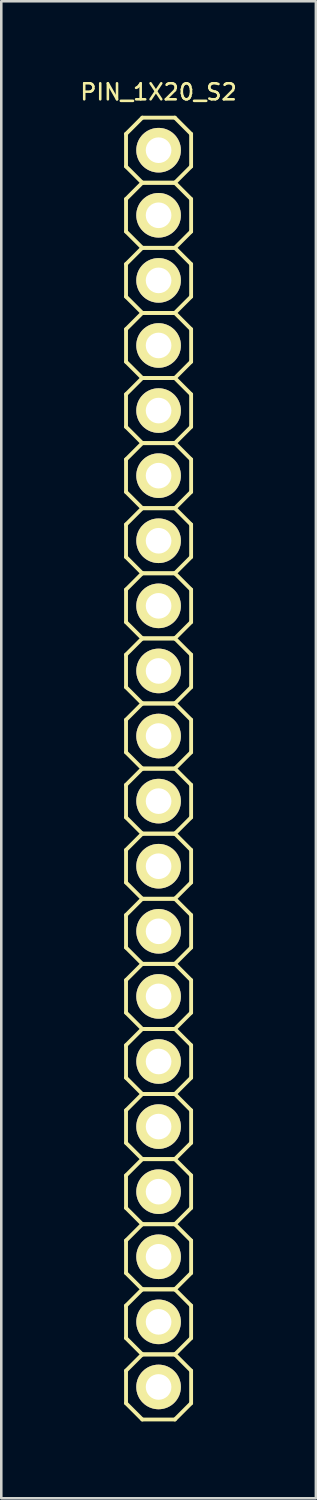
<source format=kicad_pcb>
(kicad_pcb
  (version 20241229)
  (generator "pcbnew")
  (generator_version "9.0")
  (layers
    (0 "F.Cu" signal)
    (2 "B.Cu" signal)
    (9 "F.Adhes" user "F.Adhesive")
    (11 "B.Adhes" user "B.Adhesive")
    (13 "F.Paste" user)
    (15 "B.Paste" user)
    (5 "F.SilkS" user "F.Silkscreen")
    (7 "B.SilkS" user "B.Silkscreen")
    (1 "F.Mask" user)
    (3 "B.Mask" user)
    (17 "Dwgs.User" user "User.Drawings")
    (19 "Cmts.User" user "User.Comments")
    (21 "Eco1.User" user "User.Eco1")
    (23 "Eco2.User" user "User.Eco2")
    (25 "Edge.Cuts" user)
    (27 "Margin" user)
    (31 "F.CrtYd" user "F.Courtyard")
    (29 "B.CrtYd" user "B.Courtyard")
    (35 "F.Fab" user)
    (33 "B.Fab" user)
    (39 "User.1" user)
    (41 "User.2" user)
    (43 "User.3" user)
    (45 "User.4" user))
  (footprint "PIN_1X20_S2"
    (layer "F.Cu")
    (at 3.138 26.941)
    (property "Reference" "PIN_1X20_S2" (at 0 -26.4 0) (layer "F.SilkS") (effects (font (size 0.625 0.625) (thickness 0.1))))
    (attr through_hole)
    (fp_line (start -1.27 -24.765) (end -1.27 -23.495) (stroke (width 0.15) (type solid)) (layer "F.SilkS"))
    (fp_line (start -1.27 -23.495) (end -0.635 -22.86) (stroke (width 0.15) (type solid)) (layer "F.SilkS"))
    (fp_line (start -1.27 -22.225) (end -1.27 -20.955) (stroke (width 0.15) (type solid)) (layer "F.SilkS"))
    (fp_line (start -1.27 -20.955) (end -0.635 -20.32) (stroke (width 0.15) (type solid)) (layer "F.SilkS"))
    (fp_line (start -1.27 -19.685) (end -1.27 -18.415) (stroke (width 0.15) (type solid)) (layer "F.SilkS"))
    (fp_line (start -1.27 -18.415) (end -0.635 -17.78) (stroke (width 0.15) (type solid)) (layer "F.SilkS"))
    (fp_line (start -1.27 -17.145) (end -1.27 -15.875) (stroke (width 0.15) (type solid)) (layer "F.SilkS"))
    (fp_line (start -1.27 -15.875) (end -0.635 -15.24) (stroke (width 0.15) (type solid)) (layer "F.SilkS"))
    (fp_line (start -1.27 -14.605) (end -1.27 -13.335) (stroke (width 0.15) (type solid)) (layer "F.SilkS"))
    (fp_line (start -1.27 -13.335) (end -0.635 -12.7) (stroke (width 0.15) (type solid)) (layer "F.SilkS"))
    (fp_line (start -1.27 -12.065) (end -1.27 -10.795) (stroke (width 0.15) (type solid)) (layer "F.SilkS"))
    (fp_line (start -1.27 -10.795) (end -0.635 -10.16) (stroke (width 0.15) (type solid)) (layer "F.SilkS"))
    (fp_line (start -1.27 -9.525) (end -1.27 -8.255) (stroke (width 0.15) (type solid)) (layer "F.SilkS"))
    (fp_line (start -1.27 -8.255) (end -0.635 -7.62) (stroke (width 0.15) (type solid)) (layer "F.SilkS"))
    (fp_line (start -1.27 -6.985) (end -1.27 -5.715) (stroke (width 0.15) (type solid)) (layer "F.SilkS"))
    (fp_line (start -1.27 -5.715) (end -0.635 -5.08) (stroke (width 0.15) (type solid)) (layer "F.SilkS"))
    (fp_line (start -1.27 -4.445) (end -1.27 -3.175) (stroke (width 0.15) (type solid)) (layer "F.SilkS"))
    (fp_line (start -1.27 -3.175) (end -0.635 -2.54) (stroke (width 0.15) (type solid)) (layer "F.SilkS"))
    (fp_line (start -1.27 -1.905) (end -1.27 -0.635) (stroke (width 0.15) (type solid)) (layer "F.SilkS"))
    (fp_line (start -1.27 -0.635) (end -0.635 0) (stroke (width 0.15) (type solid)) (layer "F.SilkS"))
    (fp_line (start -1.27 0.635) (end -1.27 1.905) (stroke (width 0.15) (type solid)) (layer "F.SilkS"))
    (fp_line (start -1.27 1.905) (end -0.635 2.54) (stroke (width 0.15) (type solid)) (layer "F.SilkS"))
    (fp_line (start -1.27 3.175) (end -1.27 4.445) (stroke (width 0.15) (type solid)) (layer "F.SilkS"))
    (fp_line (start -1.27 4.445) (end -0.635 5.08) (stroke (width 0.15) (type solid)) (layer "F.SilkS"))
    (fp_line (start -1.27 5.715) (end -1.27 6.985) (stroke (width 0.15) (type solid)) (layer "F.SilkS"))
    (fp_line (start -1.27 6.985) (end -0.635 7.62) (stroke (width 0.15) (type solid)) (layer "F.SilkS"))
    (fp_line (start -1.27 8.255) (end -1.27 9.525) (stroke (width 0.15) (type solid)) (layer "F.SilkS"))
    (fp_line (start -1.27 9.525) (end -0.635 10.16) (stroke (width 0.15) (type solid)) (layer "F.SilkS"))
    (fp_line (start -1.27 10.795) (end -1.27 12.065) (stroke (width 0.15) (type solid)) (layer "F.SilkS"))
    (fp_line (start -1.27 12.065) (end -0.635 12.7) (stroke (width 0.15) (type solid)) (layer "F.SilkS"))
    (fp_line (start -1.27 13.335) (end -1.27 14.605) (stroke (width 0.15) (type solid)) (layer "F.SilkS"))
    (fp_line (start -1.27 14.605) (end -0.635 15.24) (stroke (width 0.15) (type solid)) (layer "F.SilkS"))
    (fp_line (start -1.27 15.875) (end -1.27 17.145) (stroke (width 0.15) (type solid)) (layer "F.SilkS"))
    (fp_line (start -1.27 17.145) (end -0.635 17.78) (stroke (width 0.15) (type solid)) (layer "F.SilkS"))
    (fp_line (start -1.27 18.415) (end -1.27 19.685) (stroke (width 0.15) (type solid)) (layer "F.SilkS"))
    (fp_line (start -1.27 19.685) (end -0.635 20.32) (stroke (width 0.15) (type solid)) (layer "F.SilkS"))
    (fp_line (start -1.27 20.955) (end -1.27 22.225) (stroke (width 0.15) (type solid)) (layer "F.SilkS"))
    (fp_line (start -1.27 22.225) (end -0.635 22.86) (stroke (width 0.15) (type solid)) (layer "F.SilkS"))
    (fp_line (start -1.27 23.495) (end -1.27 24.765) (stroke (width 0.15) (type solid)) (layer "F.SilkS"))
    (fp_line (start -1.27 24.765) (end -0.635 25.4) (stroke (width 0.15) (type solid)) (layer "F.SilkS"))
    (fp_line (start -0.635 -25.4) (end -1.27 -24.765) (stroke (width 0.15) (type solid)) (layer "F.SilkS"))
    (fp_line (start -0.635 -22.86) (end -1.27 -22.225) (stroke (width 0.15) (type solid)) (layer "F.SilkS"))
    (fp_line (start -0.635 -22.86) (end 0.635 -22.86) (stroke (width 0.15) (type solid)) (layer "F.SilkS"))
    (fp_line (start -0.635 -20.32) (end -1.27 -19.685) (stroke (width 0.15) (type solid)) (layer "F.SilkS"))
    (fp_line (start -0.635 -20.32) (end 0.635 -20.32) (stroke (width 0.15) (type solid)) (layer "F.SilkS"))
    (fp_line (start -0.635 -17.78) (end -1.27 -17.145) (stroke (width 0.15) (type solid)) (layer "F.SilkS"))
    (fp_line (start -0.635 -17.78) (end 0.635 -17.78) (stroke (width 0.15) (type solid)) (layer "F.SilkS"))
    (fp_line (start -0.635 -15.24) (end -1.27 -14.605) (stroke (width 0.15) (type solid)) (layer "F.SilkS"))
    (fp_line (start -0.635 -15.24) (end 0.635 -15.24) (stroke (width 0.15) (type solid)) (layer "F.SilkS"))
    (fp_line (start -0.635 -12.7) (end -1.27 -12.065) (stroke (width 0.15) (type solid)) (layer "F.SilkS"))
    (fp_line (start -0.635 -12.7) (end 0.635 -12.7) (stroke (width 0.15) (type solid)) (layer "F.SilkS"))
    (fp_line (start -0.635 -10.16) (end -1.27 -9.525) (stroke (width 0.15) (type solid)) (layer "F.SilkS"))
    (fp_line (start -0.635 -10.16) (end 0.635 -10.16) (stroke (width 0.15) (type solid)) (layer "F.SilkS"))
    (fp_line (start -0.635 -7.62) (end -1.27 -6.985) (stroke (width 0.15) (type solid)) (layer "F.SilkS"))
    (fp_line (start -0.635 -7.62) (end 0.635 -7.62) (stroke (width 0.15) (type solid)) (layer "F.SilkS"))
    (fp_line (start -0.635 -5.08) (end -1.27 -4.445) (stroke (width 0.15) (type solid)) (layer "F.SilkS"))
    (fp_line (start -0.635 -5.08) (end 0.635 -5.08) (stroke (width 0.15) (type solid)) (layer "F.SilkS"))
    (fp_line (start -0.635 -2.54) (end -1.27 -1.905) (stroke (width 0.15) (type solid)) (layer "F.SilkS"))
    (fp_line (start -0.635 -2.54) (end 0.635 -2.54) (stroke (width 0.15) (type solid)) (layer "F.SilkS"))
    (fp_line (start -0.635 0) (end -1.27 0.635) (stroke (width 0.15) (type solid)) (layer "F.SilkS"))
    (fp_line (start -0.635 0) (end 0.635 0) (stroke (width 0.15) (type solid)) (layer "F.SilkS"))
    (fp_line (start -0.635 2.54) (end -1.27 3.175) (stroke (width 0.15) (type solid)) (layer "F.SilkS"))
    (fp_line (start -0.635 2.54) (end 0.635 2.54) (stroke (width 0.15) (type solid)) (layer "F.SilkS"))
    (fp_line (start -0.635 5.08) (end -1.27 5.715) (stroke (width 0.15) (type solid)) (layer "F.SilkS"))
    (fp_line (start -0.635 5.08) (end 0.635 5.08) (stroke (width 0.15) (type solid)) (layer "F.SilkS"))
    (fp_line (start -0.635 7.62) (end -1.27 8.255) (stroke (width 0.15) (type solid)) (layer "F.SilkS"))
    (fp_line (start -0.635 7.62) (end 0.635 7.62) (stroke (width 0.15) (type solid)) (layer "F.SilkS"))
    (fp_line (start -0.635 10.16) (end -1.27 10.795) (stroke (width 0.15) (type solid)) (layer "F.SilkS"))
    (fp_line (start -0.635 10.16) (end 0.635 10.16) (stroke (width 0.15) (type solid)) (layer "F.SilkS"))
    (fp_line (start -0.635 12.7) (end -1.27 13.335) (stroke (width 0.15) (type solid)) (layer "F.SilkS"))
    (fp_line (start -0.635 12.7) (end 0.635 12.7) (stroke (width 0.15) (type solid)) (layer "F.SilkS"))
    (fp_line (start -0.635 15.24) (end -1.27 15.875) (stroke (width 0.15) (type solid)) (layer "F.SilkS"))
    (fp_line (start -0.635 15.24) (end 0.635 15.24) (stroke (width 0.15) (type solid)) (layer "F.SilkS"))
    (fp_line (start -0.635 17.78) (end -1.27 18.415) (stroke (width 0.15) (type solid)) (layer "F.SilkS"))
    (fp_line (start -0.635 17.78) (end 0.635 17.78) (stroke (width 0.15) (type solid)) (layer "F.SilkS"))
    (fp_line (start -0.635 20.32) (end -1.27 20.955) (stroke (width 0.15) (type solid)) (layer "F.SilkS"))
    (fp_line (start -0.635 20.32) (end 0.635 20.32) (stroke (width 0.15) (type solid)) (layer "F.SilkS"))
    (fp_line (start -0.635 22.86) (end -1.27 23.495) (stroke (width 0.15) (type solid)) (layer "F.SilkS"))
    (fp_line (start -0.635 22.86) (end 0.635 22.86) (stroke (width 0.15) (type solid)) (layer "F.SilkS"))
    (fp_line (start -0.635 25.4) (end 0.635 25.4) (stroke (width 0.15) (type solid)) (layer "F.SilkS"))
    (fp_line (start 0.635 -25.4) (end -0.635 -25.4) (stroke (width 0.15) (type solid)) (layer "F.SilkS"))
    (fp_line (start 0.635 -22.86) (end -0.635 -22.86) (stroke (width 0.15) (type solid)) (layer "F.SilkS"))
    (fp_line (start 0.635 -22.86) (end 1.27 -23.495) (stroke (width 0.15) (type solid)) (layer "F.SilkS"))
    (fp_line (start 0.635 -20.32) (end -0.635 -20.32) (stroke (width 0.15) (type solid)) (layer "F.SilkS"))
    (fp_line (start 0.635 -20.32) (end 1.27 -20.955) (stroke (width 0.15) (type solid)) (layer "F.SilkS"))
    (fp_line (start 0.635 -17.78) (end -0.635 -17.78) (stroke (width 0.15) (type solid)) (layer "F.SilkS"))
    (fp_line (start 0.635 -17.78) (end 1.27 -18.415) (stroke (width 0.15) (type solid)) (layer "F.SilkS"))
    (fp_line (start 0.635 -15.24) (end -0.635 -15.24) (stroke (width 0.15) (type solid)) (layer "F.SilkS"))
    (fp_line (start 0.635 -15.24) (end 1.27 -15.875) (stroke (width 0.15) (type solid)) (layer "F.SilkS"))
    (fp_line (start 0.635 -12.7) (end -0.635 -12.7) (stroke (width 0.15) (type solid)) (layer "F.SilkS"))
    (fp_line (start 0.635 -12.7) (end 1.27 -13.335) (stroke (width 0.15) (type solid)) (layer "F.SilkS"))
    (fp_line (start 0.635 -10.16) (end -0.635 -10.16) (stroke (width 0.15) (type solid)) (layer "F.SilkS"))
    (fp_line (start 0.635 -10.16) (end 1.27 -10.795) (stroke (width 0.15) (type solid)) (layer "F.SilkS"))
    (fp_line (start 0.635 -7.62) (end -0.635 -7.62) (stroke (width 0.15) (type solid)) (layer "F.SilkS"))
    (fp_line (start 0.635 -7.62) (end 1.27 -8.255) (stroke (width 0.15) (type solid)) (layer "F.SilkS"))
    (fp_line (start 0.635 -5.08) (end -0.635 -5.08) (stroke (width 0.15) (type solid)) (layer "F.SilkS"))
    (fp_line (start 0.635 -5.08) (end 1.27 -5.715) (stroke (width 0.15) (type solid)) (layer "F.SilkS"))
    (fp_line (start 0.635 -2.54) (end -0.635 -2.54) (stroke (width 0.15) (type solid)) (layer "F.SilkS"))
    (fp_line (start 0.635 -2.54) (end 1.27 -3.175) (stroke (width 0.15) (type solid)) (layer "F.SilkS"))
    (fp_line (start 0.635 0) (end -0.635 0) (stroke (width 0.15) (type solid)) (layer "F.SilkS"))
    (fp_line (start 0.635 0) (end 1.27 -0.635) (stroke (width 0.15) (type solid)) (layer "F.SilkS"))
    (fp_line (start 0.635 2.54) (end -0.635 2.54) (stroke (width 0.15) (type solid)) (layer "F.SilkS"))
    (fp_line (start 0.635 2.54) (end 1.27 1.905) (stroke (width 0.15) (type solid)) (layer "F.SilkS"))
    (fp_line (start 0.635 5.08) (end -0.635 5.08) (stroke (width 0.15) (type solid)) (layer "F.SilkS"))
    (fp_line (start 0.635 5.08) (end 1.27 4.445) (stroke (width 0.15) (type solid)) (layer "F.SilkS"))
    (fp_line (start 0.635 7.62) (end -0.635 7.62) (stroke (width 0.15) (type solid)) (layer "F.SilkS"))
    (fp_line (start 0.635 7.62) (end 1.27 6.985) (stroke (width 0.15) (type solid)) (layer "F.SilkS"))
    (fp_line (start 0.635 10.16) (end -0.635 10.16) (stroke (width 0.15) (type solid)) (layer "F.SilkS"))
    (fp_line (start 0.635 10.16) (end 1.27 9.525) (stroke (width 0.15) (type solid)) (layer "F.SilkS"))
    (fp_line (start 0.635 12.7) (end -0.635 12.7) (stroke (width 0.15) (type solid)) (layer "F.SilkS"))
    (fp_line (start 0.635 12.7) (end 1.27 12.065) (stroke (width 0.15) (type solid)) (layer "F.SilkS"))
    (fp_line (start 0.635 15.24) (end -0.635 15.24) (stroke (width 0.15) (type solid)) (layer "F.SilkS"))
    (fp_line (start 0.635 15.24) (end 1.27 14.605) (stroke (width 0.15) (type solid)) (layer "F.SilkS"))
    (fp_line (start 0.635 17.78) (end -0.635 17.78) (stroke (width 0.15) (type solid)) (layer "F.SilkS"))
    (fp_line (start 0.635 17.78) (end 1.27 17.145) (stroke (width 0.15) (type solid)) (layer "F.SilkS"))
    (fp_line (start 0.635 20.32) (end -0.635 20.32) (stroke (width 0.15) (type solid)) (layer "F.SilkS"))
    (fp_line (start 0.635 20.32) (end 1.27 19.685) (stroke (width 0.15) (type solid)) (layer "F.SilkS"))
    (fp_line (start 0.635 22.86) (end -0.635 22.86) (stroke (width 0.15) (type solid)) (layer "F.SilkS"))
    (fp_line (start 0.635 22.86) (end 1.27 22.225) (stroke (width 0.15) (type solid)) (layer "F.SilkS"))
    (fp_line (start 0.635 25.4) (end 1.27 24.765) (stroke (width 0.15) (type solid)) (layer "F.SilkS"))
    (fp_line (start 1.27 -24.765) (end 0.635 -25.4) (stroke (width 0.15) (type solid)) (layer "F.SilkS"))
    (fp_line (start 1.27 -23.495) (end 1.27 -24.765) (stroke (width 0.15) (type solid)) (layer "F.SilkS"))
    (fp_line (start 1.27 -22.225) (end 0.635 -22.86) (stroke (width 0.15) (type solid)) (layer "F.SilkS"))
    (fp_line (start 1.27 -20.955) (end 1.27 -22.225) (stroke (width 0.15) (type solid)) (layer "F.SilkS"))
    (fp_line (start 1.27 -19.685) (end 0.635 -20.32) (stroke (width 0.15) (type solid)) (layer "F.SilkS"))
    (fp_line (start 1.27 -18.415) (end 1.27 -19.685) (stroke (width 0.15) (type solid)) (layer "F.SilkS"))
    (fp_line (start 1.27 -17.145) (end 0.635 -17.78) (stroke (width 0.15) (type solid)) (layer "F.SilkS"))
    (fp_line (start 1.27 -15.875) (end 1.27 -17.145) (stroke (width 0.15) (type solid)) (layer "F.SilkS"))
    (fp_line (start 1.27 -14.605) (end 0.635 -15.24) (stroke (width 0.15) (type solid)) (layer "F.SilkS"))
    (fp_line (start 1.27 -13.335) (end 1.27 -14.605) (stroke (width 0.15) (type solid)) (layer "F.SilkS"))
    (fp_line (start 1.27 -12.065) (end 0.635 -12.7) (stroke (width 0.15) (type solid)) (layer "F.SilkS"))
    (fp_line (start 1.27 -10.795) (end 1.27 -12.065) (stroke (width 0.15) (type solid)) (layer "F.SilkS"))
    (fp_line (start 1.27 -9.525) (end 0.635 -10.16) (stroke (width 0.15) (type solid)) (layer "F.SilkS"))
    (fp_line (start 1.27 -8.255) (end 1.27 -9.525) (stroke (width 0.15) (type solid)) (layer "F.SilkS"))
    (fp_line (start 1.27 -6.985) (end 0.635 -7.62) (stroke (width 0.15) (type solid)) (layer "F.SilkS"))
    (fp_line (start 1.27 -5.715) (end 1.27 -6.985) (stroke (width 0.15) (type solid)) (layer "F.SilkS"))
    (fp_line (start 1.27 -4.445) (end 0.635 -5.08) (stroke (width 0.15) (type solid)) (layer "F.SilkS"))
    (fp_line (start 1.27 -3.175) (end 1.27 -4.445) (stroke (width 0.15) (type solid)) (layer "F.SilkS"))
    (fp_line (start 1.27 -1.905) (end 0.635 -2.54) (stroke (width 0.15) (type solid)) (layer "F.SilkS"))
    (fp_line (start 1.27 -0.635) (end 1.27 -1.905) (stroke (width 0.15) (type solid)) (layer "F.SilkS"))
    (fp_line (start 1.27 0.635) (end 0.635 0) (stroke (width 0.15) (type solid)) (layer "F.SilkS"))
    (fp_line (start 1.27 1.905) (end 1.27 0.635) (stroke (width 0.15) (type solid)) (layer "F.SilkS"))
    (fp_line (start 1.27 3.175) (end 0.635 2.54) (stroke (width 0.15) (type solid)) (layer "F.SilkS"))
    (fp_line (start 1.27 4.445) (end 1.27 3.175) (stroke (width 0.15) (type solid)) (layer "F.SilkS"))
    (fp_line (start 1.27 5.715) (end 0.635 5.08) (stroke (width 0.15) (type solid)) (layer "F.SilkS"))
    (fp_line (start 1.27 6.985) (end 1.27 5.715) (stroke (width 0.15) (type solid)) (layer "F.SilkS"))
    (fp_line (start 1.27 8.255) (end 0.635 7.62) (stroke (width 0.15) (type solid)) (layer "F.SilkS"))
    (fp_line (start 1.27 9.525) (end 1.27 8.255) (stroke (width 0.15) (type solid)) (layer "F.SilkS"))
    (fp_line (start 1.27 10.795) (end 0.635 10.16) (stroke (width 0.15) (type solid)) (layer "F.SilkS"))
    (fp_line (start 1.27 12.065) (end 1.27 10.795) (stroke (width 0.15) (type solid)) (layer "F.SilkS"))
    (fp_line (start 1.27 13.335) (end 0.635 12.7) (stroke (width 0.15) (type solid)) (layer "F.SilkS"))
    (fp_line (start 1.27 14.605) (end 1.27 13.335) (stroke (width 0.15) (type solid)) (layer "F.SilkS"))
    (fp_line (start 1.27 15.875) (end 0.635 15.24) (stroke (width 0.15) (type solid)) (layer "F.SilkS"))
    (fp_line (start 1.27 17.145) (end 1.27 15.875) (stroke (width 0.15) (type solid)) (layer "F.SilkS"))
    (fp_line (start 1.27 18.415) (end 0.635 17.78) (stroke (width 0.15) (type solid)) (layer "F.SilkS"))
    (fp_line (start 1.27 19.685) (end 1.27 18.415) (stroke (width 0.15) (type solid)) (layer "F.SilkS"))
    (fp_line (start 1.27 20.955) (end 0.635 20.32) (stroke (width 0.15) (type solid)) (layer "F.SilkS"))
    (fp_line (start 1.27 22.225) (end 1.27 20.955) (stroke (width 0.15) (type solid)) (layer "F.SilkS"))
    (fp_line (start 1.27 23.495) (end 0.635 22.86) (stroke (width 0.15) (type solid)) (layer "F.SilkS"))
    (fp_line (start 1.27 24.765) (end 1.27 23.495) (stroke (width 0.15) (type solid)) (layer "F.SilkS"))
    (pad "1" thru_hole circle (at 0 -24.13) (size 1.74 1.74) (drill 1) (layers "*.Cu" "*.Mask" "F.SilkS"))
    (pad "2" thru_hole circle (at 0 -21.59) (size 1.74 1.74) (drill 1) (layers "*.Cu" "*.Mask" "F.SilkS"))
    (pad "3" thru_hole circle (at 0 -19.05) (size 1.74 1.74) (drill 1) (layers "*.Cu" "*.Mask" "F.SilkS"))
    (pad "4" thru_hole circle (at 0 -16.51) (size 1.74 1.74) (drill 1) (layers "*.Cu" "*.Mask" "F.SilkS"))
    (pad "5" thru_hole circle (at 0 -13.97) (size 1.74 1.74) (drill 1) (layers "*.Cu" "*.Mask" "F.SilkS"))
    (pad "6" thru_hole circle (at 0 -11.43) (size 1.74 1.74) (drill 1) (layers "*.Cu" "*.Mask" "F.SilkS"))
    (pad "7" thru_hole circle (at 0 -8.89) (size 1.74 1.74) (drill 1) (layers "*.Cu" "*.Mask" "F.SilkS"))
    (pad "8" thru_hole circle (at 0 -6.35) (size 1.74 1.74) (drill 1) (layers "*.Cu" "*.Mask" "F.SilkS"))
    (pad "9" thru_hole circle (at 0 -3.81) (size 1.74 1.74) (drill 1) (layers "*.Cu" "*.Mask" "F.SilkS"))
    (pad "10" thru_hole circle (at 0 -1.27) (size 1.74 1.74) (drill 1) (layers "*.Cu" "*.Mask" "F.SilkS"))
    (pad "11" thru_hole circle (at 0 1.27) (size 1.74 1.74) (drill 1) (layers "*.Cu" "*.Mask" "F.SilkS"))
    (pad "12" thru_hole circle (at 0 3.81) (size 1.74 1.74) (drill 1) (layers "*.Cu" "*.Mask" "F.SilkS"))
    (pad "13" thru_hole circle (at 0 6.35) (size 1.74 1.74) (drill 1) (layers "*.Cu" "*.Mask" "F.SilkS"))
    (pad "14" thru_hole circle (at 0 8.89) (size 1.74 1.74) (drill 1) (layers "*.Cu" "*.Mask" "F.SilkS"))
    (pad "15" thru_hole circle (at 0 11.43) (size 1.74 1.74) (drill 1) (layers "*.Cu" "*.Mask" "F.SilkS"))
    (pad "16" thru_hole circle (at 0 13.97) (size 1.74 1.74) (drill 1) (layers "*.Cu" "*.Mask" "F.SilkS"))
    (pad "17" thru_hole circle (at 0 16.51) (size 1.74 1.74) (drill 1) (layers "*.Cu" "*.Mask" "F.SilkS"))
    (pad "18" thru_hole circle (at 0 19.05) (size 1.74 1.74) (drill 1) (layers "*.Cu" "*.Mask" "F.SilkS"))
    (pad "19" thru_hole circle (at 0 21.59) (size 1.74 1.74) (drill 1) (layers "*.Cu" "*.Mask" "F.SilkS"))
    (pad "20" thru_hole circle (at 0 24.13) (size 1.74 1.74) (drill 1) (layers "*.Cu" "*.Mask" "F.SilkS")))
  (gr_rect
    (start -3 -3)
    (end 9.276 55.416)
    (stroke (width 0.1) (type default))
    (fill no)
    (layer "Edge.Cuts")))
</source>
